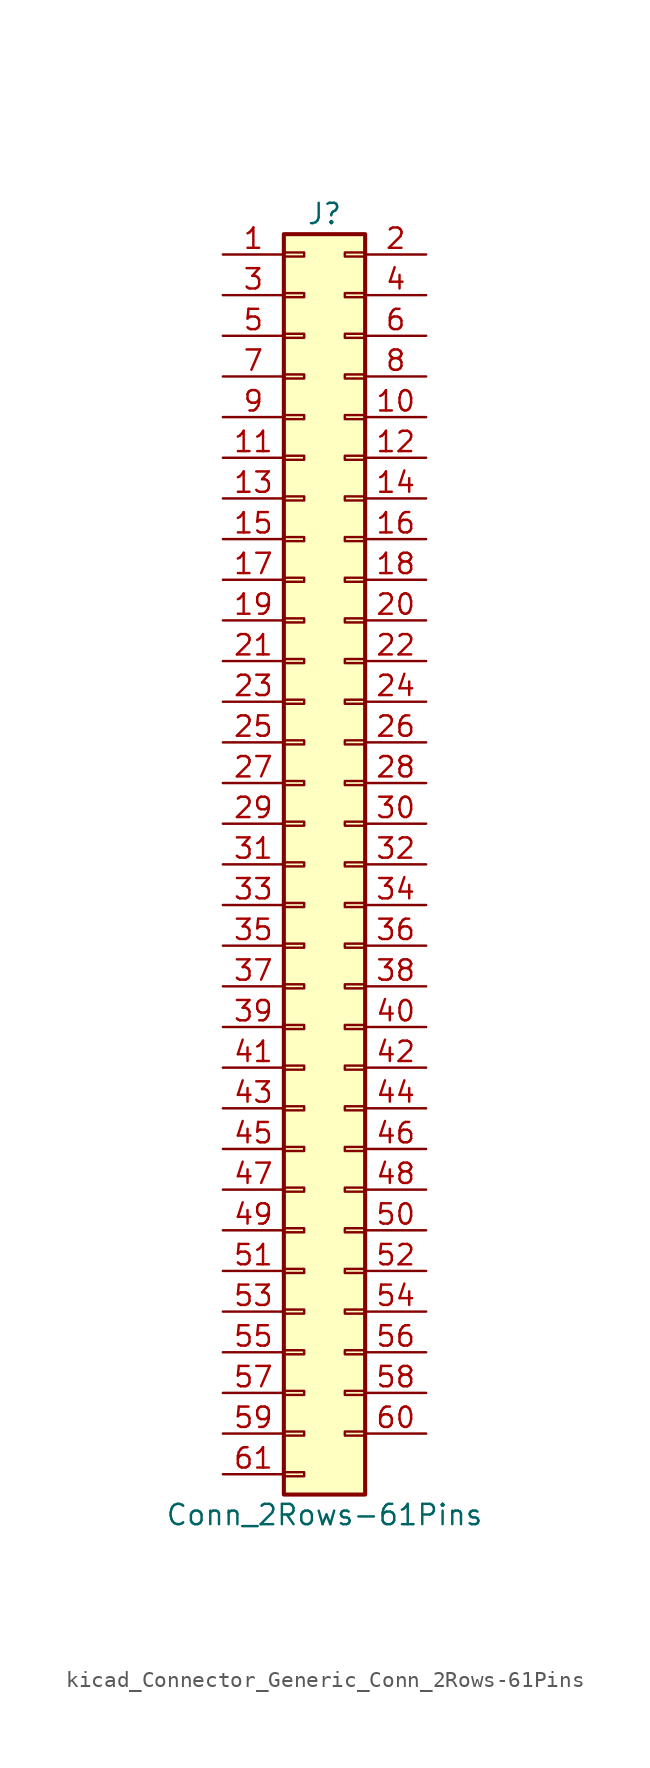
<source format=kicad_sym>
(kicad_symbol_lib
  (version 20220914)
  (generator kicad_symbol_editor)
  (symbol "kicad_Connector_Generic_Conn_2Rows-61Pins"
    (pin_names
      (offset 1.016) hide)
    (property "Reference" "J"
      (at 1.27 40.64 0)
      (effects (font (size 1.27 1.27))))
    (property "Value" "Conn_2Rows-61Pins"
      (at 1.27 -40.64 0)
      (effects (font (size 1.27 1.27))))
    (symbol "kicad_Connector_Generic_Conn_2Rows-61Pins_1_1"
      (rectangle (start -1.27 -37.973) (end 0 -38.227) (stroke (width 0.152) (type default)) (fill (type none)))
      (rectangle (start -1.27 -35.433) (end 0 -35.687) (stroke (width 0.152) (type default)) (fill (type none)))
      (rectangle (start -1.27 -32.893) (end 0 -33.147) (stroke (width 0.152) (type default)) (fill (type none)))
      (rectangle (start -1.27 -30.353) (end 0 -30.607) (stroke (width 0.152) (type default)) (fill (type none)))
      (rectangle (start -1.27 -27.813) (end 0 -28.067) (stroke (width 0.152) (type default)) (fill (type none)))
      (rectangle (start -1.27 -25.273) (end 0 -25.527) (stroke (width 0.152) (type default)) (fill (type none)))
      (rectangle (start -1.27 -22.733) (end 0 -22.987) (stroke (width 0.152) (type default)) (fill (type none)))
      (rectangle (start -1.27 -20.193) (end 0 -20.447) (stroke (width 0.152) (type default)) (fill (type none)))
      (rectangle (start -1.27 -17.653) (end 0 -17.907) (stroke (width 0.152) (type default)) (fill (type none)))
      (rectangle (start -1.27 -15.113) (end 0 -15.367) (stroke (width 0.152) (type default)) (fill (type none)))
      (rectangle (start -1.27 -12.573) (end 0 -12.827) (stroke (width 0.152) (type default)) (fill (type none)))
      (rectangle (start -1.27 -10.033) (end 0 -10.287) (stroke (width 0.152) (type default)) (fill (type none)))
      (rectangle (start -1.27 -7.493) (end 0 -7.747) (stroke (width 0.152) (type default)) (fill (type none)))
      (rectangle (start -1.27 -4.953) (end 0 -5.207) (stroke (width 0.152) (type default)) (fill (type none)))
      (rectangle (start -1.27 -2.413) (end 0 -2.667) (stroke (width 0.152) (type default)) (fill (type none)))
      (rectangle (start -1.27 0.127) (end 0 -0.127) (stroke (width 0.152) (type default)) (fill (type none)))
      (rectangle (start -1.27 2.667) (end 0 2.413) (stroke (width 0.152) (type default)) (fill (type none)))
      (rectangle (start -1.27 5.207) (end 0 4.953) (stroke (width 0.152) (type default)) (fill (type none)))
      (rectangle (start -1.27 7.747) (end 0 7.493) (stroke (width 0.152) (type default)) (fill (type none)))
      (rectangle (start -1.27 10.287) (end 0 10.033) (stroke (width 0.152) (type default)) (fill (type none)))
      (rectangle (start -1.27 12.827) (end 0 12.573) (stroke (width 0.152) (type default)) (fill (type none)))
      (rectangle (start -1.27 15.367) (end 0 15.113) (stroke (width 0.152) (type default)) (fill (type none)))
      (rectangle (start -1.27 17.907) (end 0 17.653) (stroke (width 0.152) (type default)) (fill (type none)))
      (rectangle (start -1.27 20.447) (end 0 20.193) (stroke (width 0.152) (type default)) (fill (type none)))
      (rectangle (start -1.27 22.987) (end 0 22.733) (stroke (width 0.152) (type default)) (fill (type none)))
      (rectangle (start -1.27 25.527) (end 0 25.273) (stroke (width 0.152) (type default)) (fill (type none)))
      (rectangle (start -1.27 28.067) (end 0 27.813) (stroke (width 0.152) (type default)) (fill (type none)))
      (rectangle (start -1.27 30.607) (end 0 30.353) (stroke (width 0.152) (type default)) (fill (type none)))
      (rectangle (start -1.27 33.147) (end 0 32.893) (stroke (width 0.152) (type default)) (fill (type none)))
      (rectangle (start -1.27 35.687) (end 0 35.433) (stroke (width 0.152) (type default)) (fill (type none)))
      (rectangle (start -1.27 38.227) (end 0 37.973) (stroke (width 0.152) (type default)) (fill (type none)))
      (rectangle (start -1.27 39.37) (end 3.81 -39.37) (stroke (width 0.254) (type default)) (fill (type background)))
      (rectangle (start 3.81 -35.433) (end 2.54 -35.687) (stroke (width 0.152) (type default)) (fill (type none)))
      (rectangle (start 3.81 -32.893) (end 2.54 -33.147) (stroke (width 0.152) (type default)) (fill (type none)))
      (rectangle (start 3.81 -30.353) (end 2.54 -30.607) (stroke (width 0.152) (type default)) (fill (type none)))
      (rectangle (start 3.81 -27.813) (end 2.54 -28.067) (stroke (width 0.152) (type default)) (fill (type none)))
      (rectangle (start 3.81 -25.273) (end 2.54 -25.527) (stroke (width 0.152) (type default)) (fill (type none)))
      (rectangle (start 3.81 -22.733) (end 2.54 -22.987) (stroke (width 0.152) (type default)) (fill (type none)))
      (rectangle (start 3.81 -20.193) (end 2.54 -20.447) (stroke (width 0.152) (type default)) (fill (type none)))
      (rectangle (start 3.81 -17.653) (end 2.54 -17.907) (stroke (width 0.152) (type default)) (fill (type none)))
      (rectangle (start 3.81 -15.113) (end 2.54 -15.367) (stroke (width 0.152) (type default)) (fill (type none)))
      (rectangle (start 3.81 -12.573) (end 2.54 -12.827) (stroke (width 0.152) (type default)) (fill (type none)))
      (rectangle (start 3.81 -10.033) (end 2.54 -10.287) (stroke (width 0.152) (type default)) (fill (type none)))
      (rectangle (start 3.81 -7.493) (end 2.54 -7.747) (stroke (width 0.152) (type default)) (fill (type none)))
      (rectangle (start 3.81 -4.953) (end 2.54 -5.207) (stroke (width 0.152) (type default)) (fill (type none)))
      (rectangle (start 3.81 -2.413) (end 2.54 -2.667) (stroke (width 0.152) (type default)) (fill (type none)))
      (rectangle (start 3.81 0.127) (end 2.54 -0.127) (stroke (width 0.152) (type default)) (fill (type none)))
      (rectangle (start 3.81 2.667) (end 2.54 2.413) (stroke (width 0.152) (type default)) (fill (type none)))
      (rectangle (start 3.81 5.207) (end 2.54 4.953) (stroke (width 0.152) (type default)) (fill (type none)))
      (rectangle (start 3.81 7.747) (end 2.54 7.493) (stroke (width 0.152) (type default)) (fill (type none)))
      (rectangle (start 3.81 10.287) (end 2.54 10.033) (stroke (width 0.152) (type default)) (fill (type none)))
      (rectangle (start 3.81 12.827) (end 2.54 12.573) (stroke (width 0.152) (type default)) (fill (type none)))
      (rectangle (start 3.81 15.367) (end 2.54 15.113) (stroke (width 0.152) (type default)) (fill (type none)))
      (rectangle (start 3.81 17.907) (end 2.54 17.653) (stroke (width 0.152) (type default)) (fill (type none)))
      (rectangle (start 3.81 20.447) (end 2.54 20.193) (stroke (width 0.152) (type default)) (fill (type none)))
      (rectangle (start 3.81 22.987) (end 2.54 22.733) (stroke (width 0.152) (type default)) (fill (type none)))
      (rectangle (start 3.81 25.527) (end 2.54 25.273) (stroke (width 0.152) (type default)) (fill (type none)))
      (rectangle (start 3.81 28.067) (end 2.54 27.813) (stroke (width 0.152) (type default)) (fill (type none)))
      (rectangle (start 3.81 30.607) (end 2.54 30.353) (stroke (width 0.152) (type default)) (fill (type none)))
      (rectangle (start 3.81 33.147) (end 2.54 32.893) (stroke (width 0.152) (type default)) (fill (type none)))
      (rectangle (start 3.81 35.687) (end 2.54 35.433) (stroke (width 0.152) (type default)) (fill (type none)))
      (rectangle (start 3.81 38.227) (end 2.54 37.973) (stroke (width 0.152) (type default)) (fill (type none)))
      (pin passive line (at -5.08 38.1 0) (length 3.81) (name "Pin_1" (effects (font (size 1.27 1.27)))) (number "1" (effects (font (size 1.27 1.27)))))
      (pin passive line (at 7.62 27.94 180) (length 3.81) (name "Pin_10" (effects (font (size 1.27 1.27)))) (number "10" (effects (font (size 1.27 1.27)))))
      (pin passive line (at -5.08 25.4 0) (length 3.81) (name "Pin_11" (effects (font (size 1.27 1.27)))) (number "11" (effects (font (size 1.27 1.27)))))
      (pin passive line (at 7.62 25.4 180) (length 3.81) (name "Pin_12" (effects (font (size 1.27 1.27)))) (number "12" (effects (font (size 1.27 1.27)))))
      (pin passive line (at -5.08 22.86 0) (length 3.81) (name "Pin_13" (effects (font (size 1.27 1.27)))) (number "13" (effects (font (size 1.27 1.27)))))
      (pin passive line (at 7.62 22.86 180) (length 3.81) (name "Pin_14" (effects (font (size 1.27 1.27)))) (number "14" (effects (font (size 1.27 1.27)))))
      (pin passive line (at -5.08 20.32 0) (length 3.81) (name "Pin_15" (effects (font (size 1.27 1.27)))) (number "15" (effects (font (size 1.27 1.27)))))
      (pin passive line (at 7.62 20.32 180) (length 3.81) (name "Pin_16" (effects (font (size 1.27 1.27)))) (number "16" (effects (font (size 1.27 1.27)))))
      (pin passive line (at -5.08 17.78 0) (length 3.81) (name "Pin_17" (effects (font (size 1.27 1.27)))) (number "17" (effects (font (size 1.27 1.27)))))
      (pin passive line (at 7.62 17.78 180) (length 3.81) (name "Pin_18" (effects (font (size 1.27 1.27)))) (number "18" (effects (font (size 1.27 1.27)))))
      (pin passive line (at -5.08 15.24 0) (length 3.81) (name "Pin_19" (effects (font (size 1.27 1.27)))) (number "19" (effects (font (size 1.27 1.27)))))
      (pin passive line (at 7.62 38.1 180) (length 3.81) (name "Pin_2" (effects (font (size 1.27 1.27)))) (number "2" (effects (font (size 1.27 1.27)))))
      (pin passive line (at 7.62 15.24 180) (length 3.81) (name "Pin_20" (effects (font (size 1.27 1.27)))) (number "20" (effects (font (size 1.27 1.27)))))
      (pin passive line (at -5.08 12.7 0) (length 3.81) (name "Pin_21" (effects (font (size 1.27 1.27)))) (number "21" (effects (font (size 1.27 1.27)))))
      (pin passive line (at 7.62 12.7 180) (length 3.81) (name "Pin_22" (effects (font (size 1.27 1.27)))) (number "22" (effects (font (size 1.27 1.27)))))
      (pin passive line (at -5.08 10.16 0) (length 3.81) (name "Pin_23" (effects (font (size 1.27 1.27)))) (number "23" (effects (font (size 1.27 1.27)))))
      (pin passive line (at 7.62 10.16 180) (length 3.81) (name "Pin_24" (effects (font (size 1.27 1.27)))) (number "24" (effects (font (size 1.27 1.27)))))
      (pin passive line (at -5.08 7.62 0) (length 3.81) (name "Pin_25" (effects (font (size 1.27 1.27)))) (number "25" (effects (font (size 1.27 1.27)))))
      (pin passive line (at 7.62 7.62 180) (length 3.81) (name "Pin_26" (effects (font (size 1.27 1.27)))) (number "26" (effects (font (size 1.27 1.27)))))
      (pin passive line (at -5.08 5.08 0) (length 3.81) (name "Pin_27" (effects (font (size 1.27 1.27)))) (number "27" (effects (font (size 1.27 1.27)))))
      (pin passive line (at 7.62 5.08 180) (length 3.81) (name "Pin_28" (effects (font (size 1.27 1.27)))) (number "28" (effects (font (size 1.27 1.27)))))
      (pin passive line (at -5.08 2.54 0) (length 3.81) (name "Pin_29" (effects (font (size 1.27 1.27)))) (number "29" (effects (font (size 1.27 1.27)))))
      (pin passive line (at -5.08 35.56 0) (length 3.81) (name "Pin_3" (effects (font (size 1.27 1.27)))) (number "3" (effects (font (size 1.27 1.27)))))
      (pin passive line (at 7.62 2.54 180) (length 3.81) (name "Pin_30" (effects (font (size 1.27 1.27)))) (number "30" (effects (font (size 1.27 1.27)))))
      (pin passive line (at -5.08 0 0) (length 3.81) (name "Pin_31" (effects (font (size 1.27 1.27)))) (number "31" (effects (font (size 1.27 1.27)))))
      (pin passive line (at 7.62 0 180) (length 3.81) (name "Pin_32" (effects (font (size 1.27 1.27)))) (number "32" (effects (font (size 1.27 1.27)))))
      (pin passive line (at -5.08 -2.54 0) (length 3.81) (name "Pin_33" (effects (font (size 1.27 1.27)))) (number "33" (effects (font (size 1.27 1.27)))))
      (pin passive line (at 7.62 -2.54 180) (length 3.81) (name "Pin_34" (effects (font (size 1.27 1.27)))) (number "34" (effects (font (size 1.27 1.27)))))
      (pin passive line (at -5.08 -5.08 0) (length 3.81) (name "Pin_35" (effects (font (size 1.27 1.27)))) (number "35" (effects (font (size 1.27 1.27)))))
      (pin passive line (at 7.62 -5.08 180) (length 3.81) (name "Pin_36" (effects (font (size 1.27 1.27)))) (number "36" (effects (font (size 1.27 1.27)))))
      (pin passive line (at -5.08 -7.62 0) (length 3.81) (name "Pin_37" (effects (font (size 1.27 1.27)))) (number "37" (effects (font (size 1.27 1.27)))))
      (pin passive line (at 7.62 -7.62 180) (length 3.81) (name "Pin_38" (effects (font (size 1.27 1.27)))) (number "38" (effects (font (size 1.27 1.27)))))
      (pin passive line (at -5.08 -10.16 0) (length 3.81) (name "Pin_39" (effects (font (size 1.27 1.27)))) (number "39" (effects (font (size 1.27 1.27)))))
      (pin passive line (at 7.62 35.56 180) (length 3.81) (name "Pin_4" (effects (font (size 1.27 1.27)))) (number "4" (effects (font (size 1.27 1.27)))))
      (pin passive line (at 7.62 -10.16 180) (length 3.81) (name "Pin_40" (effects (font (size 1.27 1.27)))) (number "40" (effects (font (size 1.27 1.27)))))
      (pin passive line (at -5.08 -12.7 0) (length 3.81) (name "Pin_41" (effects (font (size 1.27 1.27)))) (number "41" (effects (font (size 1.27 1.27)))))
      (pin passive line (at 7.62 -12.7 180) (length 3.81) (name "Pin_42" (effects (font (size 1.27 1.27)))) (number "42" (effects (font (size 1.27 1.27)))))
      (pin passive line (at -5.08 -15.24 0) (length 3.81) (name "Pin_43" (effects (font (size 1.27 1.27)))) (number "43" (effects (font (size 1.27 1.27)))))
      (pin passive line (at 7.62 -15.24 180) (length 3.81) (name "Pin_44" (effects (font (size 1.27 1.27)))) (number "44" (effects (font (size 1.27 1.27)))))
      (pin passive line (at -5.08 -17.78 0) (length 3.81) (name "Pin_45" (effects (font (size 1.27 1.27)))) (number "45" (effects (font (size 1.27 1.27)))))
      (pin passive line (at 7.62 -17.78 180) (length 3.81) (name "Pin_46" (effects (font (size 1.27 1.27)))) (number "46" (effects (font (size 1.27 1.27)))))
      (pin passive line (at -5.08 -20.32 0) (length 3.81) (name "Pin_47" (effects (font (size 1.27 1.27)))) (number "47" (effects (font (size 1.27 1.27)))))
      (pin passive line (at 7.62 -20.32 180) (length 3.81) (name "Pin_48" (effects (font (size 1.27 1.27)))) (number "48" (effects (font (size 1.27 1.27)))))
      (pin passive line (at -5.08 -22.86 0) (length 3.81) (name "Pin_49" (effects (font (size 1.27 1.27)))) (number "49" (effects (font (size 1.27 1.27)))))
      (pin passive line (at -5.08 33.02 0) (length 3.81) (name "Pin_5" (effects (font (size 1.27 1.27)))) (number "5" (effects (font (size 1.27 1.27)))))
      (pin passive line (at 7.62 -22.86 180) (length 3.81) (name "Pin_50" (effects (font (size 1.27 1.27)))) (number "50" (effects (font (size 1.27 1.27)))))
      (pin passive line (at -5.08 -25.4 0) (length 3.81) (name "Pin_51" (effects (font (size 1.27 1.27)))) (number "51" (effects (font (size 1.27 1.27)))))
      (pin passive line (at 7.62 -25.4 180) (length 3.81) (name "Pin_52" (effects (font (size 1.27 1.27)))) (number "52" (effects (font (size 1.27 1.27)))))
      (pin passive line (at -5.08 -27.94 0) (length 3.81) (name "Pin_53" (effects (font (size 1.27 1.27)))) (number "53" (effects (font (size 1.27 1.27)))))
      (pin passive line (at 7.62 -27.94 180) (length 3.81) (name "Pin_54" (effects (font (size 1.27 1.27)))) (number "54" (effects (font (size 1.27 1.27)))))
      (pin passive line (at -5.08 -30.48 0) (length 3.81) (name "Pin_55" (effects (font (size 1.27 1.27)))) (number "55" (effects (font (size 1.27 1.27)))))
      (pin passive line (at 7.62 -30.48 180) (length 3.81) (name "Pin_56" (effects (font (size 1.27 1.27)))) (number "56" (effects (font (size 1.27 1.27)))))
      (pin passive line (at -5.08 -33.02 0) (length 3.81) (name "Pin_57" (effects (font (size 1.27 1.27)))) (number "57" (effects (font (size 1.27 1.27)))))
      (pin passive line (at 7.62 -33.02 180) (length 3.81) (name "Pin_58" (effects (font (size 1.27 1.27)))) (number "58" (effects (font (size 1.27 1.27)))))
      (pin passive line (at -5.08 -35.56 0) (length 3.81) (name "Pin_59" (effects (font (size 1.27 1.27)))) (number "59" (effects (font (size 1.27 1.27)))))
      (pin passive line (at 7.62 33.02 180) (length 3.81) (name "Pin_6" (effects (font (size 1.27 1.27)))) (number "6" (effects (font (size 1.27 1.27)))))
      (pin passive line (at 7.62 -35.56 180) (length 3.81) (name "Pin_60" (effects (font (size 1.27 1.27)))) (number "60" (effects (font (size 1.27 1.27)))))
      (pin passive line (at -5.08 -38.1 0) (length 3.81) (name "Pin_61" (effects (font (size 1.27 1.27)))) (number "61" (effects (font (size 1.27 1.27)))))
      (pin passive line (at -5.08 30.48 0) (length 3.81) (name "Pin_7" (effects (font (size 1.27 1.27)))) (number "7" (effects (font (size 1.27 1.27)))))
      (pin passive line (at 7.62 30.48 180) (length 3.81) (name "Pin_8" (effects (font (size 1.27 1.27)))) (number "8" (effects (font (size 1.27 1.27)))))
      (pin passive line (at -5.08 27.94 0) (length 3.81) (name "Pin_9" (effects (font (size 1.27 1.27)))) (number "9" (effects (font (size 1.27 1.27))))))))
</source>
